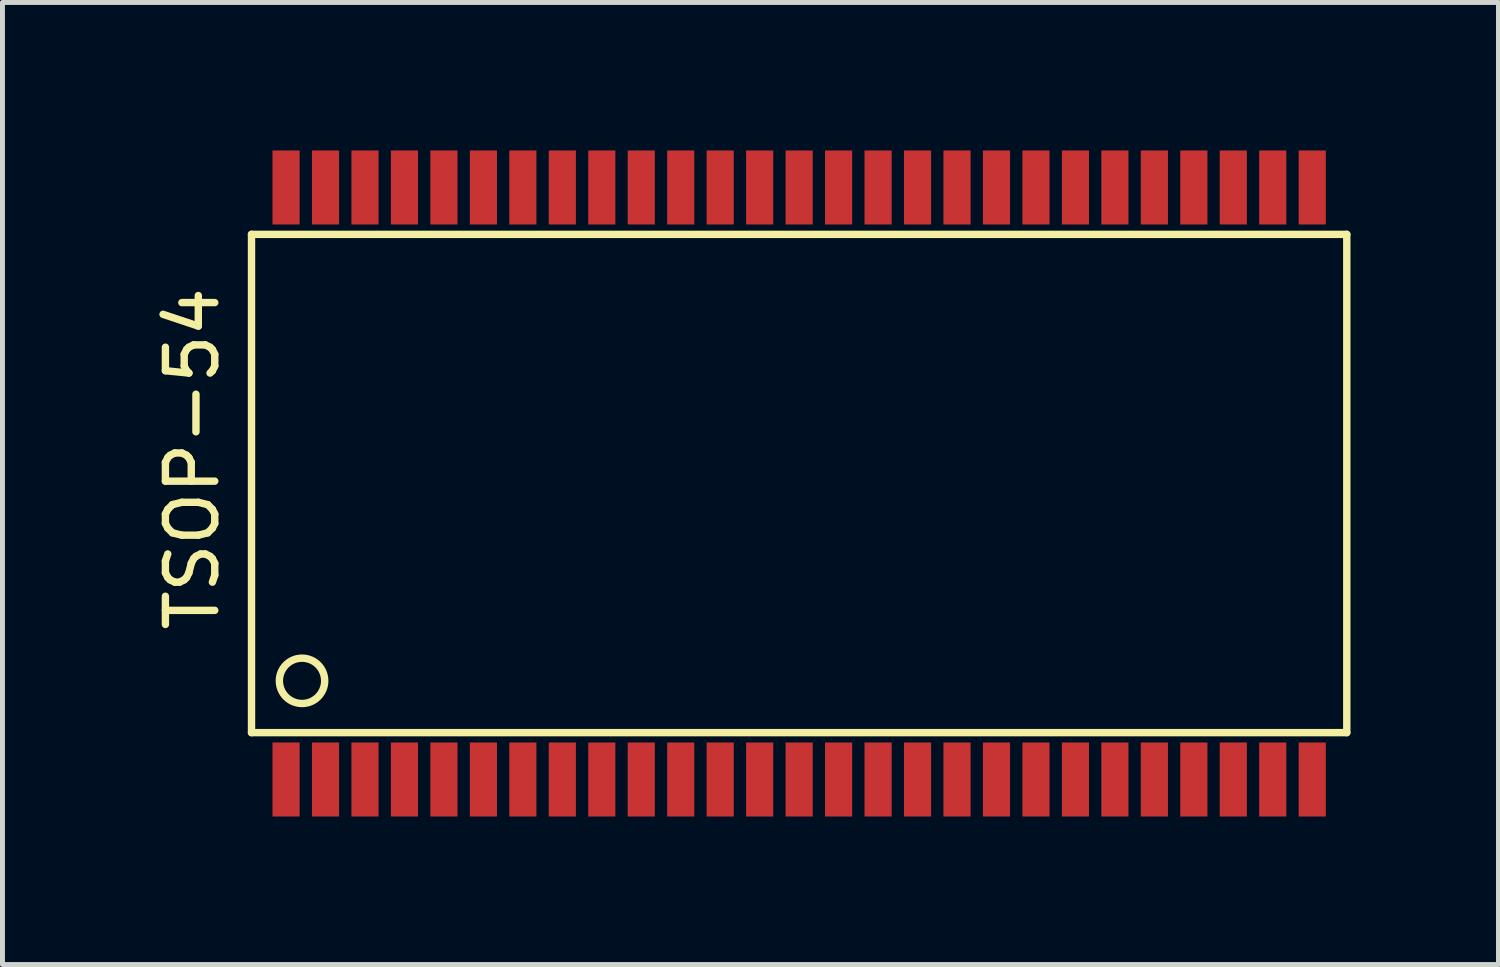
<source format=kicad_pcb>
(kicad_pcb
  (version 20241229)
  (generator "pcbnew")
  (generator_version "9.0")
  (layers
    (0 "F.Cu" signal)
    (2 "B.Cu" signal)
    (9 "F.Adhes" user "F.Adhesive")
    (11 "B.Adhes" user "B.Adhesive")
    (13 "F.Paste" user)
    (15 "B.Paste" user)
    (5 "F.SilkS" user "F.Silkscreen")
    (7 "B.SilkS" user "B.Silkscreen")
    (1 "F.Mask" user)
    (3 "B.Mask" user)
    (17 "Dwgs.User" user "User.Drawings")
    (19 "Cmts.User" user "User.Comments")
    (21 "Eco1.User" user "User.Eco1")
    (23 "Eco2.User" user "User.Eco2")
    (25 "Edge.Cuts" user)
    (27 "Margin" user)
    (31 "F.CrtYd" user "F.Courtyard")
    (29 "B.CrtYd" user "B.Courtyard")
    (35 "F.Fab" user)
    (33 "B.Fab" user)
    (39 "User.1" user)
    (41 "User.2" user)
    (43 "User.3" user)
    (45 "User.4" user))
  (footprint "TSOP-54"
    (layer "F.Cu")
    (at 2.748 12.75)
    (property "Reference" "TSOP-54" (at -1.9 -6.5 90) (layer "F.SilkS") (effects (font (size 1 1) (thickness 0.15))))
    (attr through_hole)
    (fp_line (start -0.7 -11.05) (end -0.7 -0.95) (stroke (width 0.15) (type solid)) (layer "F.SilkS"))
    (fp_line (start -0.7 -0.95) (end 21.5 -0.95) (stroke (width 0.15) (type solid)) (layer "F.SilkS"))
    (fp_line (start 21.5 -11.05) (end -0.7 -11.05) (stroke (width 0.15) (type solid)) (layer "F.SilkS"))
    (fp_line (start 21.5 -0.95) (end 21.5 -11.05) (stroke (width 0.15) (type solid)) (layer "F.SilkS"))
    (fp_circle (center 0.324 -2) (end 0.55 -1.6) (stroke (width 0.15) (type solid)) (fill no) (layer "F.SilkS"))
    (pad "1" smd rect (at 0 0) (size 0.55 1.5) (layers "F.Cu" "F.Mask" "F.Paste"))
    (pad "2" smd rect (at 0.8 0) (size 0.55 1.5) (layers "F.Cu" "F.Mask" "F.Paste"))
    (pad "3" smd rect (at 1.6 0) (size 0.55 1.5) (layers "F.Cu" "F.Mask" "F.Paste"))
    (pad "4" smd rect (at 2.4 0) (size 0.55 1.5) (layers "F.Cu" "F.Mask" "F.Paste"))
    (pad "5" smd rect (at 3.2 0) (size 0.55 1.5) (layers "F.Cu" "F.Mask" "F.Paste"))
    (pad "6" smd rect (at 4 0) (size 0.55 1.5) (layers "F.Cu" "F.Mask" "F.Paste"))
    (pad "7" smd rect (at 4.8 0) (size 0.55 1.5) (layers "F.Cu" "F.Mask" "F.Paste"))
    (pad "8" smd rect (at 5.6 0) (size 0.55 1.5) (layers "F.Cu" "F.Mask" "F.Paste"))
    (pad "9" smd rect (at 6.4 0) (size 0.55 1.5) (layers "F.Cu" "F.Mask" "F.Paste"))
    (pad "10" smd rect (at 7.2 0) (size 0.55 1.5) (layers "F.Cu" "F.Mask" "F.Paste"))
    (pad "11" smd rect (at 8 0) (size 0.55 1.5) (layers "F.Cu" "F.Mask" "F.Paste"))
    (pad "12" smd rect (at 8.8 0) (size 0.55 1.5) (layers "F.Cu" "F.Mask" "F.Paste"))
    (pad "13" smd rect (at 9.6 0) (size 0.55 1.5) (layers "F.Cu" "F.Mask" "F.Paste"))
    (pad "14" smd rect (at 10.4 0) (size 0.55 1.5) (layers "F.Cu" "F.Mask" "F.Paste"))
    (pad "15" smd rect (at 11.2 0) (size 0.55 1.5) (layers "F.Cu" "F.Mask" "F.Paste"))
    (pad "16" smd rect (at 12 0) (size 0.55 1.5) (layers "F.Cu" "F.Mask" "F.Paste"))
    (pad "17" smd rect (at 12.8 0) (size 0.55 1.5) (layers "F.Cu" "F.Mask" "F.Paste"))
    (pad "18" smd rect (at 13.6 0) (size 0.55 1.5) (layers "F.Cu" "F.Mask" "F.Paste"))
    (pad "19" smd rect (at 14.4 0) (size 0.55 1.5) (layers "F.Cu" "F.Mask" "F.Paste"))
    (pad "20" smd rect (at 15.2 0) (size 0.55 1.5) (layers "F.Cu" "F.Mask" "F.Paste"))
    (pad "21" smd rect (at 16 0) (size 0.55 1.5) (layers "F.Cu" "F.Mask" "F.Paste"))
    (pad "22" smd rect (at 16.8 0) (size 0.55 1.5) (layers "F.Cu" "F.Mask" "F.Paste"))
    (pad "23" smd rect (at 17.6 0) (size 0.55 1.5) (layers "F.Cu" "F.Mask" "F.Paste"))
    (pad "24" smd rect (at 18.4 0) (size 0.55 1.5) (layers "F.Cu" "F.Mask" "F.Paste"))
    (pad "25" smd rect (at 19.2 0) (size 0.55 1.5) (layers "F.Cu" "F.Mask" "F.Paste"))
    (pad "26" smd rect (at 20 0) (size 0.55 1.5) (layers "F.Cu" "F.Mask" "F.Paste"))
    (pad "27" smd rect (at 20.8 0) (size 0.55 1.5) (layers "F.Cu" "F.Mask" "F.Paste"))
    (pad "28" smd rect (at 20.8 -12) (size 0.55 1.5) (layers "F.Cu" "F.Mask" "F.Paste"))
    (pad "29" smd rect (at 20 -12) (size 0.55 1.5) (layers "F.Cu" "F.Mask" "F.Paste"))
    (pad "30" smd rect (at 19.2 -12) (size 0.55 1.5) (layers "F.Cu" "F.Mask" "F.Paste"))
    (pad "31" smd rect (at 18.4 -12) (size 0.55 1.5) (layers "F.Cu" "F.Mask" "F.Paste"))
    (pad "32" smd rect (at 17.6 -12) (size 0.55 1.5) (layers "F.Cu" "F.Mask" "F.Paste"))
    (pad "33" smd rect (at 16.8 -12) (size 0.55 1.5) (layers "F.Cu" "F.Mask" "F.Paste"))
    (pad "34" smd rect (at 16 -12) (size 0.55 1.5) (layers "F.Cu" "F.Mask" "F.Paste"))
    (pad "35" smd rect (at 15.2 -12) (size 0.55 1.5) (layers "F.Cu" "F.Mask" "F.Paste"))
    (pad "36" smd rect (at 14.4 -12) (size 0.55 1.5) (layers "F.Cu" "F.Mask" "F.Paste"))
    (pad "37" smd rect (at 13.6 -12) (size 0.55 1.5) (layers "F.Cu" "F.Mask" "F.Paste"))
    (pad "38" smd rect (at 12.8 -12) (size 0.55 1.5) (layers "F.Cu" "F.Mask" "F.Paste"))
    (pad "39" smd rect (at 12 -12) (size 0.55 1.5) (layers "F.Cu" "F.Mask" "F.Paste"))
    (pad "40" smd rect (at 11.2 -12) (size 0.55 1.5) (layers "F.Cu" "F.Mask" "F.Paste"))
    (pad "41" smd rect (at 10.4 -12) (size 0.55 1.5) (layers "F.Cu" "F.Mask" "F.Paste"))
    (pad "42" smd rect (at 9.6 -12) (size 0.55 1.5) (layers "F.Cu" "F.Mask" "F.Paste"))
    (pad "43" smd rect (at 8.8 -12) (size 0.55 1.5) (layers "F.Cu" "F.Mask" "F.Paste"))
    (pad "44" smd rect (at 8 -12) (size 0.55 1.5) (layers "F.Cu" "F.Mask" "F.Paste"))
    (pad "45" smd rect (at 7.2 -12) (size 0.55 1.5) (layers "F.Cu" "F.Mask" "F.Paste"))
    (pad "46" smd rect (at 6.4 -12) (size 0.55 1.5) (layers "F.Cu" "F.Mask" "F.Paste"))
    (pad "47" smd rect (at 5.6 -12) (size 0.55 1.5) (layers "F.Cu" "F.Mask" "F.Paste"))
    (pad "48" smd rect (at 4.8 -12) (size 0.55 1.5) (layers "F.Cu" "F.Mask" "F.Paste"))
    (pad "49" smd rect (at 4 -12) (size 0.55 1.5) (layers "F.Cu" "F.Mask" "F.Paste"))
    (pad "50" smd rect (at 3.2 -12) (size 0.55 1.5) (layers "F.Cu" "F.Mask" "F.Paste"))
    (pad "51" smd rect (at 2.4 -12) (size 0.55 1.5) (layers "F.Cu" "F.Mask" "F.Paste"))
    (pad "52" smd rect (at 1.6 -12) (size 0.55 1.5) (layers "F.Cu" "F.Mask" "F.Paste"))
    (pad "53" smd rect (at 0.8 -12) (size 0.55 1.5) (layers "F.Cu" "F.Mask" "F.Paste"))
    (pad "54" smd rect (at 0 -12) (size 0.55 1.5) (layers "F.Cu" "F.Mask" "F.Paste")))
  (gr_rect
    (start -3 -3)
    (end 27.323 16.5)
    (stroke (width 0.1) (type default))
    (fill no)
    (layer "Edge.Cuts")))
</source>
